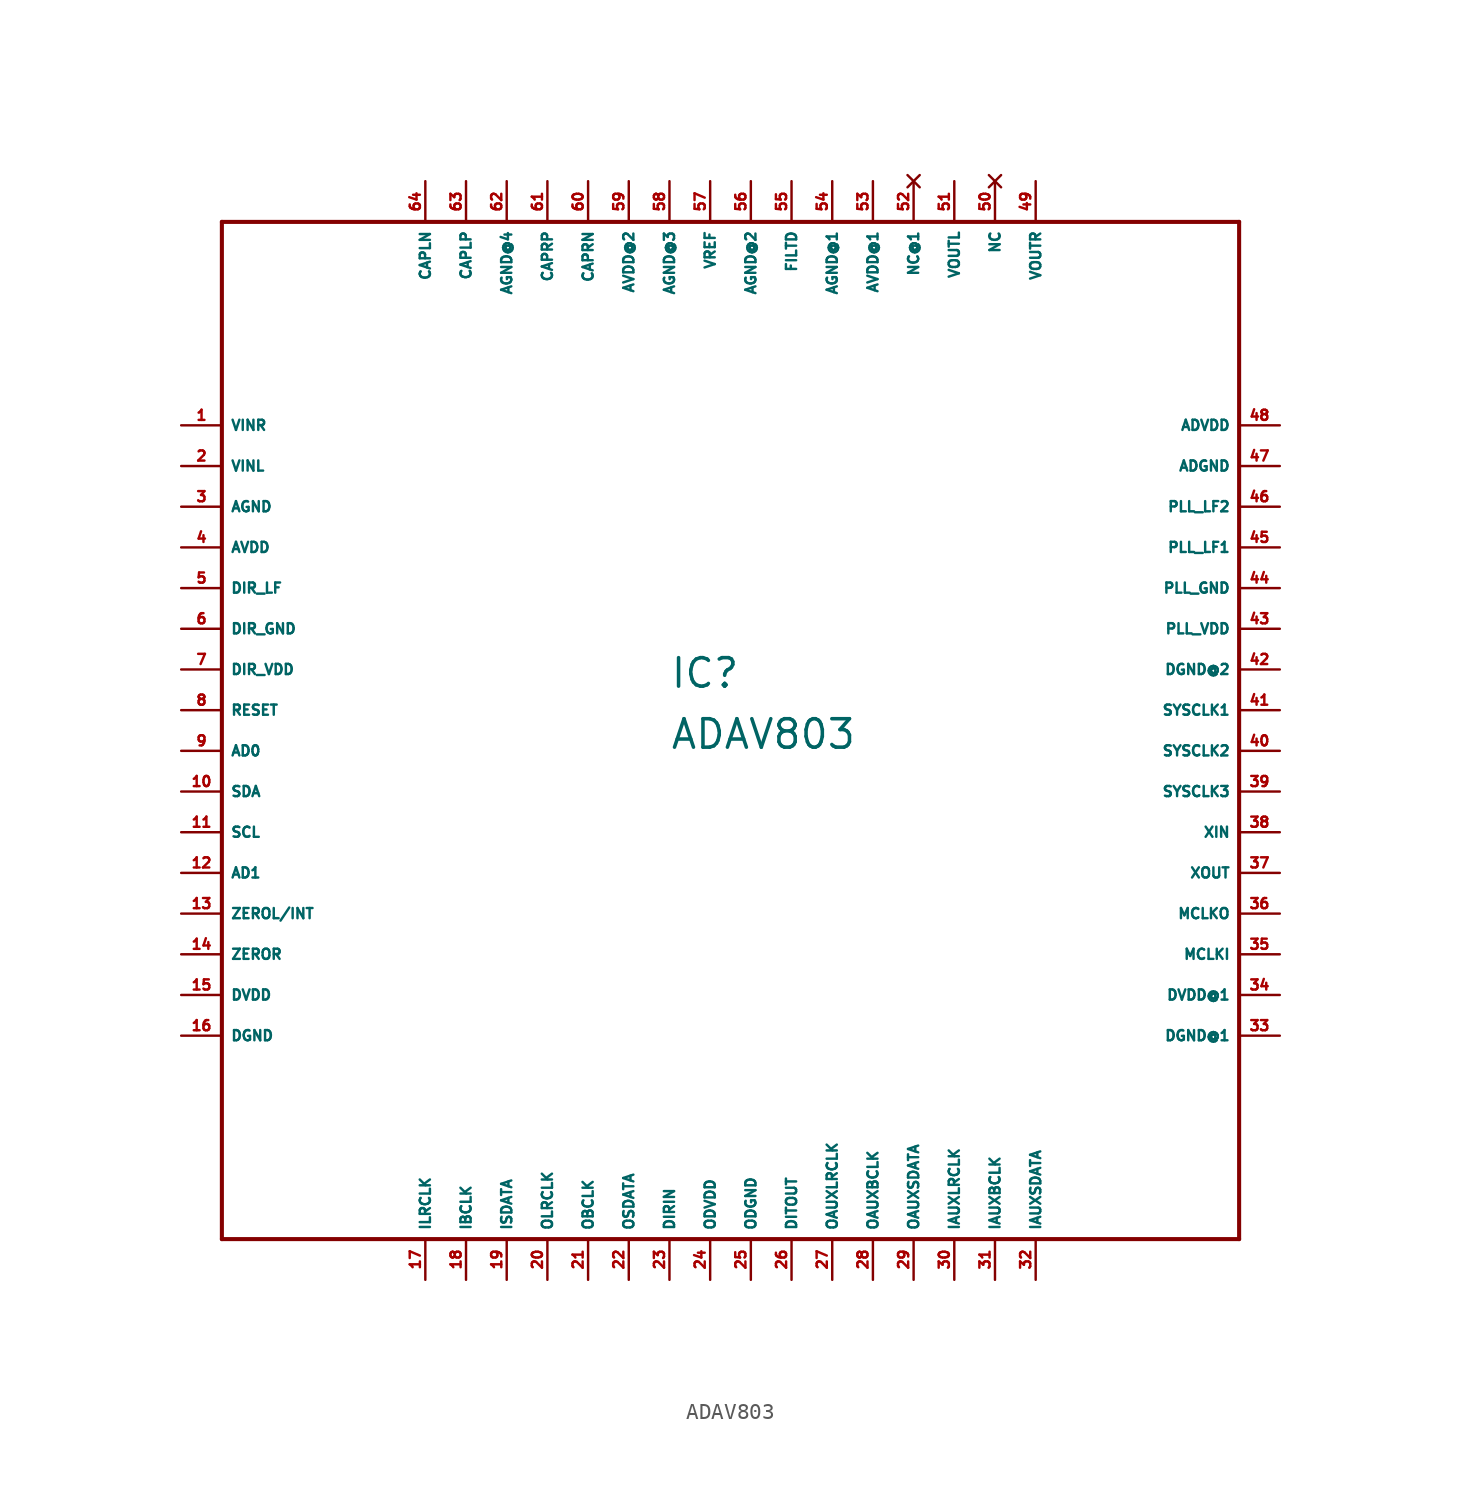
<source format=kicad_sym>
(kicad_symbol_lib
  (version 20220914)
  (generator Eagle2Kicad)
  (symbol "ADAV803"
    (property "Reference" "IC"
      (at -5.08 1.27 0)
      (effects (font (size 1.778 1.778) (thickness 0.22)) (justify left bottom)))
    (property "Value" "ADAV803"
      (at -5.08 -2.54 0)
      (effects (font (size 1.778 1.778) (thickness 0.22)) (justify left bottom)))
    (polyline
      (pts (xy -33.02 -33.02) (xy 30.48 -33.02))
      (stroke (width 0.254) (type default))
      (fill (type none)))
    (polyline
      (pts (xy 30.48 -33.02) (xy 30.48 30.48))
      (stroke (width 0.254) (type default))
      (fill (type none)))
    (polyline
      (pts (xy 30.48 30.48) (xy -33.02 30.48))
      (stroke (width 0.254) (type default))
      (fill (type none)))
    (polyline
      (pts (xy -33.02 30.48) (xy -33.02 -33.02))
      (stroke (width 0.254) (type default))
      (fill (type none)))
    (pin input line
      (at -35.56 17.78 0)
      (length 2.54)
      (name "VINR" (effects (font (size 0.635 0.635) (thickness 0.08)) (justify left bottom)))
      (number "1" (effects (font (size 0.635 0.635) (thickness 0.08)) (justify left bottom))))
    (pin input line
      (at -35.56 15.24 0)
      (length 2.54)
      (name "VINL" (effects (font (size 0.635 0.635) (thickness 0.08)) (justify left bottom)))
      (number "2" (effects (font (size 0.635 0.635) (thickness 0.08)) (justify left bottom))))
    (pin unspecified line
      (at -35.56 12.7 0)
      (length 2.54)
      (name "AGND" (effects (font (size 0.635 0.635) (thickness 0.08)) (justify left bottom)))
      (number "3" (effects (font (size 0.635 0.635) (thickness 0.08)) (justify left bottom))))
    (pin unspecified line
      (at -35.56 10.16 0)
      (length 2.54)
      (name "AVDD" (effects (font (size 0.635 0.635) (thickness 0.08)) (justify left bottom)))
      (number "4" (effects (font (size 0.635 0.635) (thickness 0.08)) (justify left bottom))))
    (pin input line
      (at -35.56 7.62 0)
      (length 2.54)
      (name "DIR_LF" (effects (font (size 0.635 0.635) (thickness 0.08)) (justify left bottom)))
      (number "5" (effects (font (size 0.635 0.635) (thickness 0.08)) (justify left bottom))))
    (pin input line
      (at -35.56 5.08 0)
      (length 2.54)
      (name "DIR_GND" (effects (font (size 0.635 0.635) (thickness 0.08)) (justify left bottom)))
      (number "6" (effects (font (size 0.635 0.635) (thickness 0.08)) (justify left bottom))))
    (pin input line
      (at -35.56 2.54 0)
      (length 2.54)
      (name "DIR_VDD" (effects (font (size 0.635 0.635) (thickness 0.08)) (justify left bottom)))
      (number "7" (effects (font (size 0.635 0.635) (thickness 0.08)) (justify left bottom))))
    (pin input line
      (at -35.56 0 0)
      (length 2.54)
      (name "RESET" (effects (font (size 0.635 0.635) (thickness 0.08)) (justify left bottom)))
      (number "8" (effects (font (size 0.635 0.635) (thickness 0.08)) (justify left bottom))))
    (pin input line
      (at -35.56 -2.54 0)
      (length 2.54)
      (name "AD0" (effects (font (size 0.635 0.635) (thickness 0.08)) (justify left bottom)))
      (number "9" (effects (font (size 0.635 0.635) (thickness 0.08)) (justify left bottom))))
    (pin bidirectional line
      (at -35.56 -5.08 0)
      (length 2.54)
      (name "SDA" (effects (font (size 0.635 0.635) (thickness 0.08)) (justify left bottom)))
      (number "10" (effects (font (size 0.635 0.635) (thickness 0.08)) (justify left bottom))))
    (pin input line
      (at -35.56 -7.62 0)
      (length 2.54)
      (name "SCL" (effects (font (size 0.635 0.635) (thickness 0.08)) (justify left bottom)))
      (number "11" (effects (font (size 0.635 0.635) (thickness 0.08)) (justify left bottom))))
    (pin input line
      (at -35.56 -10.16 0)
      (length 2.54)
      (name "AD1" (effects (font (size 0.635 0.635) (thickness 0.08)) (justify left bottom)))
      (number "12" (effects (font (size 0.635 0.635) (thickness 0.08)) (justify left bottom))))
    (pin output line
      (at -35.56 -12.7 0)
      (length 2.54)
      (name "ZEROL/INT" (effects (font (size 0.635 0.635) (thickness 0.08)) (justify left bottom)))
      (number "13" (effects (font (size 0.635 0.635) (thickness 0.08)) (justify left bottom))))
    (pin output line
      (at -35.56 -15.24 0)
      (length 2.54)
      (name "ZEROR" (effects (font (size 0.635 0.635) (thickness 0.08)) (justify left bottom)))
      (number "14" (effects (font (size 0.635 0.635) (thickness 0.08)) (justify left bottom))))
    (pin unspecified line
      (at -35.56 -17.78 0)
      (length 2.54)
      (name "DVDD" (effects (font (size 0.635 0.635) (thickness 0.08)) (justify left bottom)))
      (number "15" (effects (font (size 0.635 0.635) (thickness 0.08)) (justify left bottom))))
    (pin unspecified line
      (at -35.56 -20.32 0)
      (length 2.54)
      (name "DGND" (effects (font (size 0.635 0.635) (thickness 0.08)) (justify left bottom)))
      (number "16" (effects (font (size 0.635 0.635) (thickness 0.08)) (justify left bottom))))
    (pin bidirectional line
      (at -20.32 -35.56 90)
      (length 2.54)
      (name "ILRCLK" (effects (font (size 0.635 0.635) (thickness 0.08)) (justify left bottom)))
      (number "17" (effects (font (size 0.635 0.635) (thickness 0.08)) (justify left bottom))))
    (pin bidirectional line
      (at -17.78 -35.56 90)
      (length 2.54)
      (name "IBCLK" (effects (font (size 0.635 0.635) (thickness 0.08)) (justify left bottom)))
      (number "18" (effects (font (size 0.635 0.635) (thickness 0.08)) (justify left bottom))))
    (pin input line
      (at -15.24 -35.56 90)
      (length 2.54)
      (name "ISDATA" (effects (font (size 0.635 0.635) (thickness 0.08)) (justify left bottom)))
      (number "19" (effects (font (size 0.635 0.635) (thickness 0.08)) (justify left bottom))))
    (pin bidirectional line
      (at -12.7 -35.56 90)
      (length 2.54)
      (name "OLRCLK" (effects (font (size 0.635 0.635) (thickness 0.08)) (justify left bottom)))
      (number "20" (effects (font (size 0.635 0.635) (thickness 0.08)) (justify left bottom))))
    (pin bidirectional line
      (at -10.16 -35.56 90)
      (length 2.54)
      (name "OBCLK" (effects (font (size 0.635 0.635) (thickness 0.08)) (justify left bottom)))
      (number "21" (effects (font (size 0.635 0.635) (thickness 0.08)) (justify left bottom))))
    (pin output line
      (at -7.62 -35.56 90)
      (length 2.54)
      (name "OSDATA" (effects (font (size 0.635 0.635) (thickness 0.08)) (justify left bottom)))
      (number "22" (effects (font (size 0.635 0.635) (thickness 0.08)) (justify left bottom))))
    (pin input line
      (at -5.08 -35.56 90)
      (length 2.54)
      (name "DIRIN" (effects (font (size 0.635 0.635) (thickness 0.08)) (justify left bottom)))
      (number "23" (effects (font (size 0.635 0.635) (thickness 0.08)) (justify left bottom))))
    (pin unspecified line
      (at -2.54 -35.56 90)
      (length 2.54)
      (name "ODVDD" (effects (font (size 0.635 0.635) (thickness 0.08)) (justify left bottom)))
      (number "24" (effects (font (size 0.635 0.635) (thickness 0.08)) (justify left bottom))))
    (pin unspecified line
      (at 0 -35.56 90)
      (length 2.54)
      (name "ODGND" (effects (font (size 0.635 0.635) (thickness 0.08)) (justify left bottom)))
      (number "25" (effects (font (size 0.635 0.635) (thickness 0.08)) (justify left bottom))))
    (pin output line
      (at 2.54 -35.56 90)
      (length 2.54)
      (name "DITOUT" (effects (font (size 0.635 0.635) (thickness 0.08)) (justify left bottom)))
      (number "26" (effects (font (size 0.635 0.635) (thickness 0.08)) (justify left bottom))))
    (pin bidirectional line
      (at 5.08 -35.56 90)
      (length 2.54)
      (name "OAUXLRCLK" (effects (font (size 0.635 0.635) (thickness 0.08)) (justify left bottom)))
      (number "27" (effects (font (size 0.635 0.635) (thickness 0.08)) (justify left bottom))))
    (pin bidirectional line
      (at 7.62 -35.56 90)
      (length 2.54)
      (name "OAUXBCLK" (effects (font (size 0.635 0.635) (thickness 0.08)) (justify left bottom)))
      (number "28" (effects (font (size 0.635 0.635) (thickness 0.08)) (justify left bottom))))
    (pin output line
      (at 10.16 -35.56 90)
      (length 2.54)
      (name "OAUXSDATA" (effects (font (size 0.635 0.635) (thickness 0.08)) (justify left bottom)))
      (number "29" (effects (font (size 0.635 0.635) (thickness 0.08)) (justify left bottom))))
    (pin bidirectional line
      (at 12.7 -35.56 90)
      (length 2.54)
      (name "IAUXLRCLK" (effects (font (size 0.635 0.635) (thickness 0.08)) (justify left bottom)))
      (number "30" (effects (font (size 0.635 0.635) (thickness 0.08)) (justify left bottom))))
    (pin bidirectional line
      (at 15.24 -35.56 90)
      (length 2.54)
      (name "IAUXBCLK" (effects (font (size 0.635 0.635) (thickness 0.08)) (justify left bottom)))
      (number "31" (effects (font (size 0.635 0.635) (thickness 0.08)) (justify left bottom))))
    (pin input line
      (at 17.78 -35.56 90)
      (length 2.54)
      (name "IAUXSDATA" (effects (font (size 0.635 0.635) (thickness 0.08)) (justify left bottom)))
      (number "32" (effects (font (size 0.635 0.635) (thickness 0.08)) (justify left bottom))))
    (pin unspecified line
      (at 33.02 -20.32 180)
      (length 2.54)
      (name "DGND@1" (effects (font (size 0.635 0.635) (thickness 0.08)) (justify left bottom)))
      (number "33" (effects (font (size 0.635 0.635) (thickness 0.08)) (justify left bottom))))
    (pin unspecified line
      (at 33.02 -17.78 180)
      (length 2.54)
      (name "DVDD@1" (effects (font (size 0.635 0.635) (thickness 0.08)) (justify left bottom)))
      (number "34" (effects (font (size 0.635 0.635) (thickness 0.08)) (justify left bottom))))
    (pin input line
      (at 33.02 -15.24 180)
      (length 2.54)
      (name "MCLKI" (effects (font (size 0.635 0.635) (thickness 0.08)) (justify left bottom)))
      (number "35" (effects (font (size 0.635 0.635) (thickness 0.08)) (justify left bottom))))
    (pin output line
      (at 33.02 -12.7 180)
      (length 2.54)
      (name "MCLKO" (effects (font (size 0.635 0.635) (thickness 0.08)) (justify left bottom)))
      (number "36" (effects (font (size 0.635 0.635) (thickness 0.08)) (justify left bottom))))
    (pin input line
      (at 33.02 -10.16 180)
      (length 2.54)
      (name "XOUT" (effects (font (size 0.635 0.635) (thickness 0.08)) (justify left bottom)))
      (number "37" (effects (font (size 0.635 0.635) (thickness 0.08)) (justify left bottom))))
    (pin input line
      (at 33.02 -7.62 180)
      (length 2.54)
      (name "XIN" (effects (font (size 0.635 0.635) (thickness 0.08)) (justify left bottom)))
      (number "38" (effects (font (size 0.635 0.635) (thickness 0.08)) (justify left bottom))))
    (pin output line
      (at 33.02 -5.08 180)
      (length 2.54)
      (name "SYSCLK3" (effects (font (size 0.635 0.635) (thickness 0.08)) (justify left bottom)))
      (number "39" (effects (font (size 0.635 0.635) (thickness 0.08)) (justify left bottom))))
    (pin output line
      (at 33.02 -2.54 180)
      (length 2.54)
      (name "SYSCLK2" (effects (font (size 0.635 0.635) (thickness 0.08)) (justify left bottom)))
      (number "40" (effects (font (size 0.635 0.635) (thickness 0.08)) (justify left bottom))))
    (pin output line
      (at 33.02 0 180)
      (length 2.54)
      (name "SYSCLK1" (effects (font (size 0.635 0.635) (thickness 0.08)) (justify left bottom)))
      (number "41" (effects (font (size 0.635 0.635) (thickness 0.08)) (justify left bottom))))
    (pin unspecified line
      (at 33.02 2.54 180)
      (length 2.54)
      (name "DGND@2" (effects (font (size 0.635 0.635) (thickness 0.08)) (justify left bottom)))
      (number "42" (effects (font (size 0.635 0.635) (thickness 0.08)) (justify left bottom))))
    (pin input line
      (at 33.02 5.08 180)
      (length 2.54)
      (name "PLL_VDD" (effects (font (size 0.635 0.635) (thickness 0.08)) (justify left bottom)))
      (number "43" (effects (font (size 0.635 0.635) (thickness 0.08)) (justify left bottom))))
    (pin input line
      (at 33.02 7.62 180)
      (length 2.54)
      (name "PLL_GND" (effects (font (size 0.635 0.635) (thickness 0.08)) (justify left bottom)))
      (number "44" (effects (font (size 0.635 0.635) (thickness 0.08)) (justify left bottom))))
    (pin input line
      (at 33.02 10.16 180)
      (length 2.54)
      (name "PLL_LF1" (effects (font (size 0.635 0.635) (thickness 0.08)) (justify left bottom)))
      (number "45" (effects (font (size 0.635 0.635) (thickness 0.08)) (justify left bottom))))
    (pin input line
      (at 33.02 12.7 180)
      (length 2.54)
      (name "PLL_LF2" (effects (font (size 0.635 0.635) (thickness 0.08)) (justify left bottom)))
      (number "46" (effects (font (size 0.635 0.635) (thickness 0.08)) (justify left bottom))))
    (pin unspecified line
      (at 33.02 15.24 180)
      (length 2.54)
      (name "ADGND" (effects (font (size 0.635 0.635) (thickness 0.08)) (justify left bottom)))
      (number "47" (effects (font (size 0.635 0.635) (thickness 0.08)) (justify left bottom))))
    (pin unspecified line
      (at 33.02 17.78 180)
      (length 2.54)
      (name "ADVDD" (effects (font (size 0.635 0.635) (thickness 0.08)) (justify left bottom)))
      (number "48" (effects (font (size 0.635 0.635) (thickness 0.08)) (justify left bottom))))
    (pin output line
      (at 17.78 33.02 270)
      (length 2.54)
      (name "VOUTR" (effects (font (size 0.635 0.635) (thickness 0.08)) (justify left bottom)))
      (number "49" (effects (font (size 0.635 0.635) (thickness 0.08)) (justify left bottom))))
    (pin no_connect line
      (at 15.24 33.02 270)
      (length 2.54)
      (name "NC" (effects (font (size 0.635 0.635) (thickness 0.08)) (justify left bottom) hide))
      (number "50" (effects (font (size 0.635 0.635) (thickness 0.08)) (justify left bottom) hide)))
    (pin output line
      (at 12.7 33.02 270)
      (length 2.54)
      (name "VOUTL" (effects (font (size 0.635 0.635) (thickness 0.08)) (justify left bottom)))
      (number "51" (effects (font (size 0.635 0.635) (thickness 0.08)) (justify left bottom))))
    (pin no_connect line
      (at 10.16 33.02 270)
      (length 2.54)
      (name "NC@1" (effects (font (size 0.635 0.635) (thickness 0.08)) (justify left bottom) hide))
      (number "52" (effects (font (size 0.635 0.635) (thickness 0.08)) (justify left bottom) hide)))
    (pin unspecified line
      (at 7.62 33.02 270)
      (length 2.54)
      (name "AVDD@1" (effects (font (size 0.635 0.635) (thickness 0.08)) (justify left bottom)))
      (number "53" (effects (font (size 0.635 0.635) (thickness 0.08)) (justify left bottom))))
    (pin unspecified line
      (at 5.08 33.02 270)
      (length 2.54)
      (name "AGND@1" (effects (font (size 0.635 0.635) (thickness 0.08)) (justify left bottom)))
      (number "54" (effects (font (size 0.635 0.635) (thickness 0.08)) (justify left bottom))))
    (pin input line
      (at 2.54 33.02 270)
      (length 2.54)
      (name "FILTD" (effects (font (size 0.635 0.635) (thickness 0.08)) (justify left bottom)))
      (number "55" (effects (font (size 0.635 0.635) (thickness 0.08)) (justify left bottom))))
    (pin unspecified line
      (at 0 33.02 270)
      (length 2.54)
      (name "AGND@2" (effects (font (size 0.635 0.635) (thickness 0.08)) (justify left bottom)))
      (number "56" (effects (font (size 0.635 0.635) (thickness 0.08)) (justify left bottom))))
    (pin input line
      (at -2.54 33.02 270)
      (length 2.54)
      (name "VREF" (effects (font (size 0.635 0.635) (thickness 0.08)) (justify left bottom)))
      (number "57" (effects (font (size 0.635 0.635) (thickness 0.08)) (justify left bottom))))
    (pin unspecified line
      (at -5.08 33.02 270)
      (length 2.54)
      (name "AGND@3" (effects (font (size 0.635 0.635) (thickness 0.08)) (justify left bottom)))
      (number "58" (effects (font (size 0.635 0.635) (thickness 0.08)) (justify left bottom))))
    (pin unspecified line
      (at -7.62 33.02 270)
      (length 2.54)
      (name "AVDD@2" (effects (font (size 0.635 0.635) (thickness 0.08)) (justify left bottom)))
      (number "59" (effects (font (size 0.635 0.635) (thickness 0.08)) (justify left bottom))))
    (pin input line
      (at -10.16 33.02 270)
      (length 2.54)
      (name "CAPRN" (effects (font (size 0.635 0.635) (thickness 0.08)) (justify left bottom)))
      (number "60" (effects (font (size 0.635 0.635) (thickness 0.08)) (justify left bottom))))
    (pin input line
      (at -12.7 33.02 270)
      (length 2.54)
      (name "CAPRP" (effects (font (size 0.635 0.635) (thickness 0.08)) (justify left bottom)))
      (number "61" (effects (font (size 0.635 0.635) (thickness 0.08)) (justify left bottom))))
    (pin unspecified line
      (at -15.24 33.02 270)
      (length 2.54)
      (name "AGND@4" (effects (font (size 0.635 0.635) (thickness 0.08)) (justify left bottom)))
      (number "62" (effects (font (size 0.635 0.635) (thickness 0.08)) (justify left bottom))))
    (pin input line
      (at -17.78 33.02 270)
      (length 2.54)
      (name "CAPLP" (effects (font (size 0.635 0.635) (thickness 0.08)) (justify left bottom)))
      (number "63" (effects (font (size 0.635 0.635) (thickness 0.08)) (justify left bottom))))
    (pin input line
      (at -20.32 33.02 270)
      (length 2.54)
      (name "CAPLN" (effects (font (size 0.635 0.635) (thickness 0.08)) (justify left bottom)))
      (number "64" (effects (font (size 0.635 0.635) (thickness 0.08)) (justify left bottom))))))
</source>
